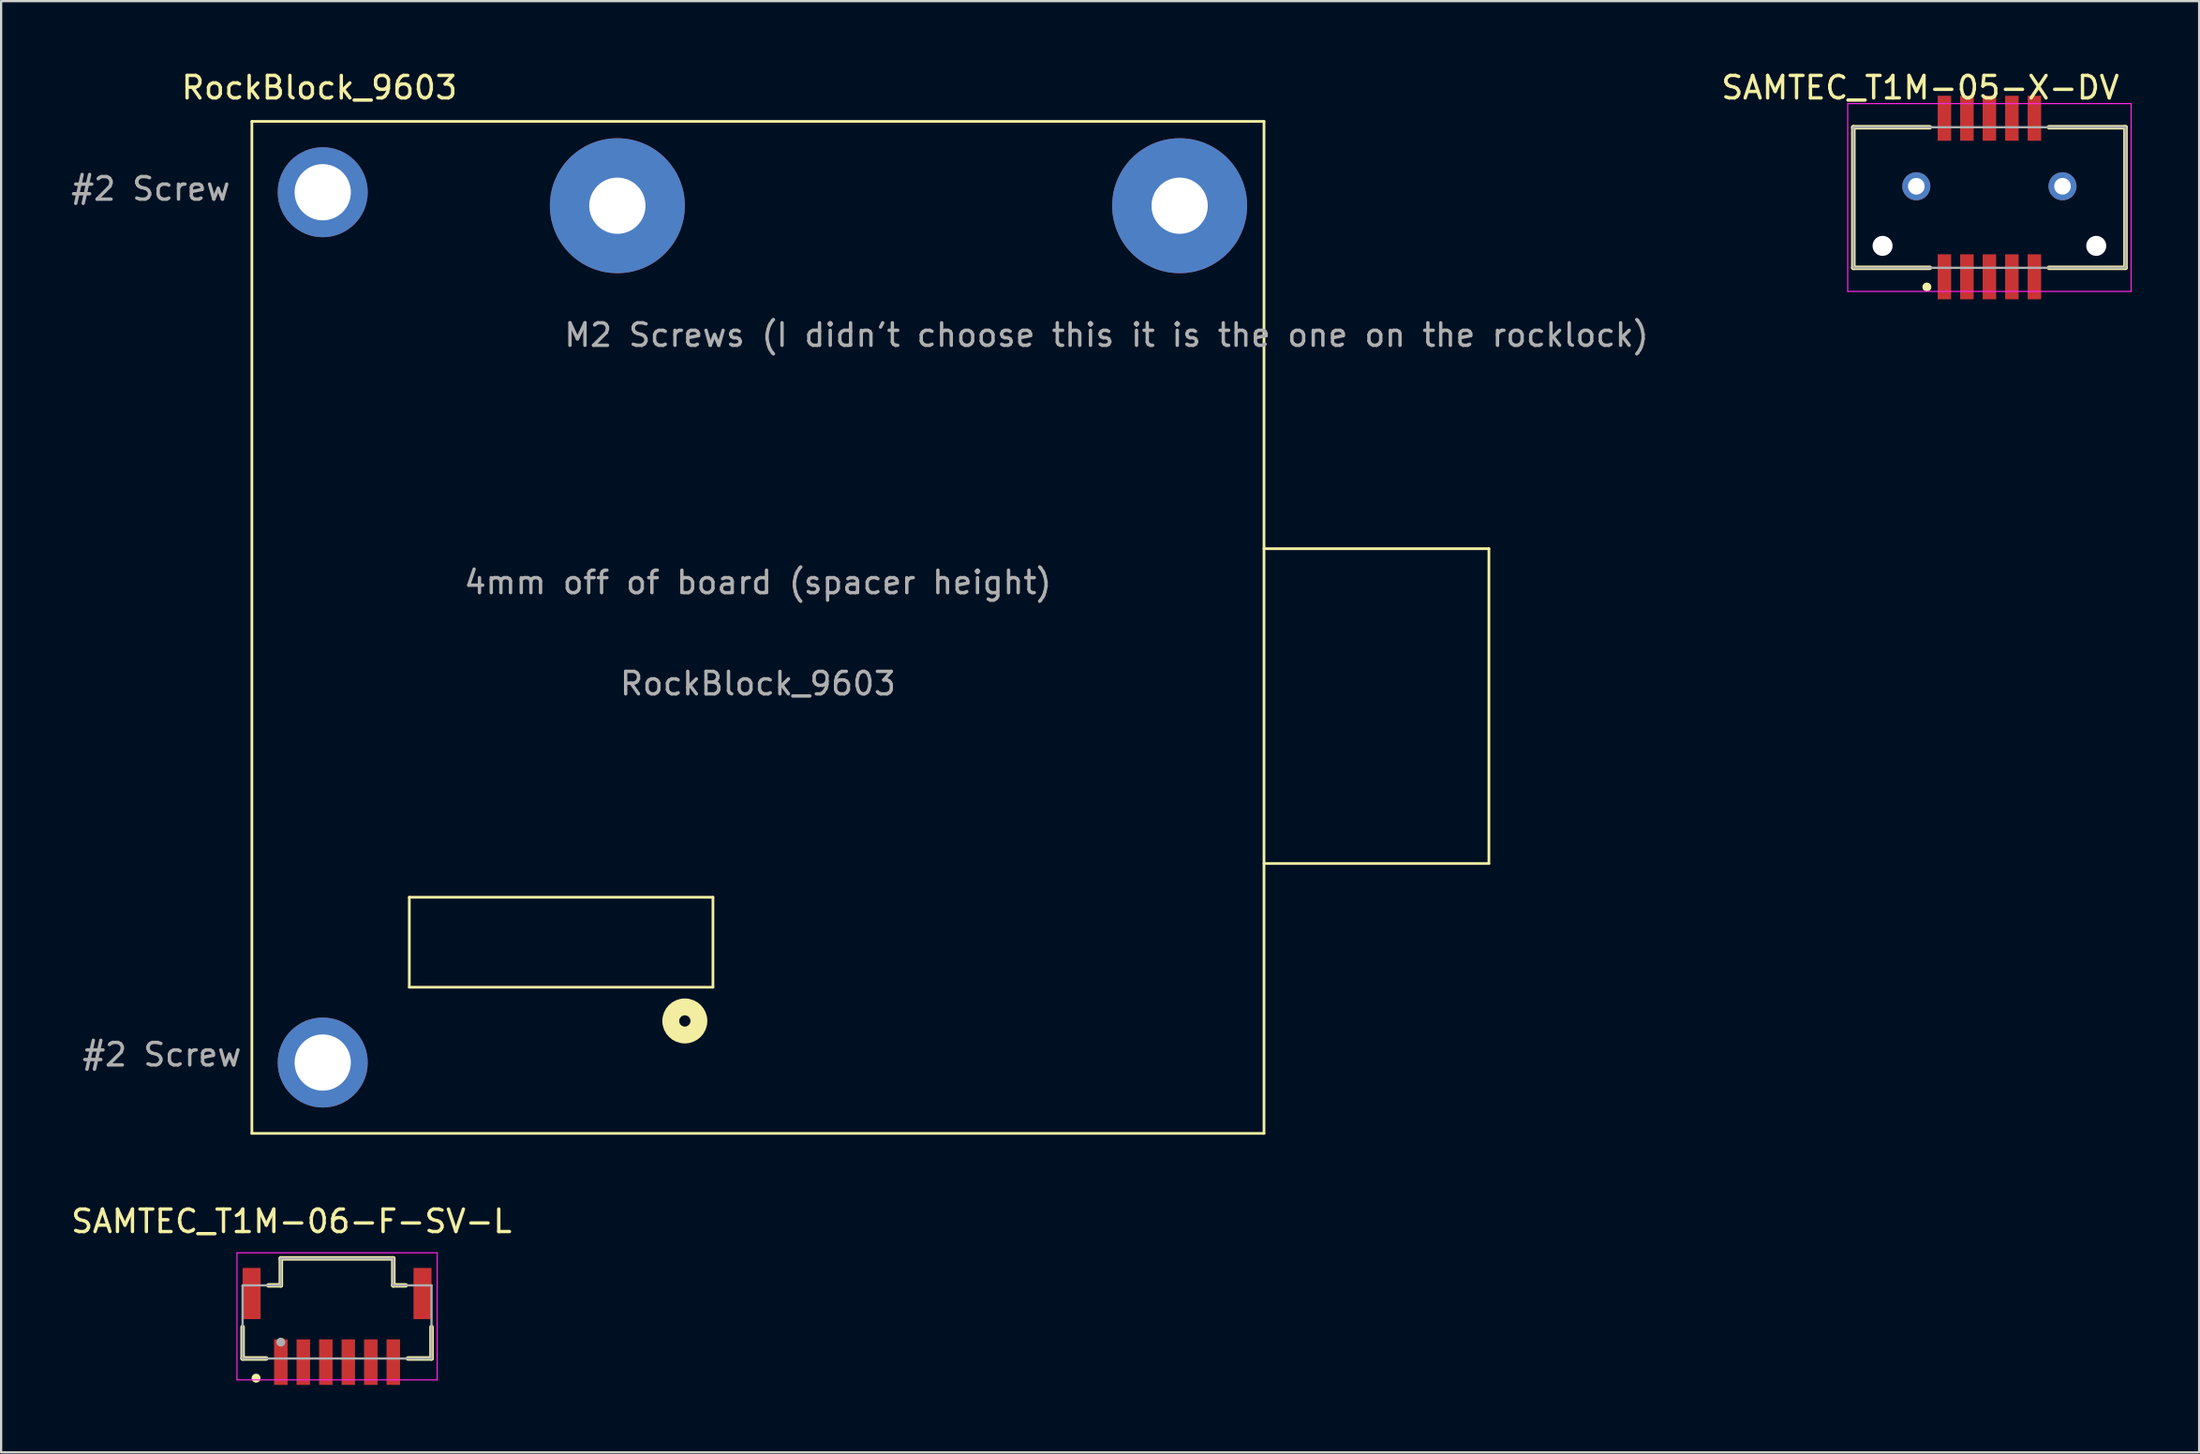
<source format=kicad_pcb>
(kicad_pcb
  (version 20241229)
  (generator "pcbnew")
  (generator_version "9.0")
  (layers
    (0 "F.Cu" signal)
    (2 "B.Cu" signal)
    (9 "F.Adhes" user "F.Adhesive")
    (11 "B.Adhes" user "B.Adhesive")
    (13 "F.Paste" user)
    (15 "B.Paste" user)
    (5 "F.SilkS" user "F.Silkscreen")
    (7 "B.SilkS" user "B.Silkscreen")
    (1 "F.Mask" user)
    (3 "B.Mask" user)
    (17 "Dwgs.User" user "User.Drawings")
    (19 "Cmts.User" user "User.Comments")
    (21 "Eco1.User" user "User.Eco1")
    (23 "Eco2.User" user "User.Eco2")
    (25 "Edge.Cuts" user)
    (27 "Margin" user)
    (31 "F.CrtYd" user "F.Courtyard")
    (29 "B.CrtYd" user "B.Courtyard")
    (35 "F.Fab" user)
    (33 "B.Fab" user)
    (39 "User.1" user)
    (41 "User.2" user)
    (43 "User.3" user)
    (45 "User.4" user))
  (footprint "SAMTEC_T1M-06-F-SV-L"
    (layer "F.Cu")
    (at 11.936 55.132)
    (property "Reference" "SAMTEC_T1M-06-F-SV-L" (at -2.025 -3.875 0) (layer "F.SilkS") (effects (font (size 1 1) (thickness 0.15))))
    (attr through_hole)
    (fp_line (start -4.2 2.225) (end -4.2 0.825) (stroke (width 0.2) (type solid)) (layer "F.SilkS"))
    (fp_line (start -4.2 2.225) (end -3.15 2.225) (stroke (width 0.2) (type solid)) (layer "F.SilkS"))
    (fp_line (start -3.05 -1.025) (end -2.5 -1.025) (stroke (width 0.2) (type solid)) (layer "F.SilkS"))
    (fp_line (start -2.5 -2.225) (end 2.5 -2.225) (stroke (width 0.2) (type solid)) (layer "F.SilkS"))
    (fp_line (start -2.5 -1.025) (end -2.5 -2.225) (stroke (width 0.2) (type solid)) (layer "F.SilkS"))
    (fp_line (start 2.5 -1.025) (end 2.5 -2.225) (stroke (width 0.2) (type solid)) (layer "F.SilkS"))
    (fp_line (start 3.05 -1.025) (end 2.5 -1.025) (stroke (width 0.2) (type solid)) (layer "F.SilkS"))
    (fp_line (start 4.2 2.225) (end 3.15 2.225) (stroke (width 0.2) (type solid)) (layer "F.SilkS"))
    (fp_line (start 4.2 2.225) (end 4.2 0.825) (stroke (width 0.2) (type solid)) (layer "F.SilkS"))
    (fp_circle (center -3.6 3.1) (end -3.5 3.1) (stroke (width 0.2) (type solid)) (fill no) (layer "F.SilkS"))
    (fp_line (start -4.45 -2.475) (end 4.45 -2.475) (stroke (width 0.05) (type solid)) (layer "F.CrtYd"))
    (fp_line (start -4.45 3.175) (end -4.45 -2.475) (stroke (width 0.05) (type solid)) (layer "F.CrtYd"))
    (fp_line (start 4.45 -2.475) (end 4.45 3.175) (stroke (width 0.05) (type solid)) (layer "F.CrtYd"))
    (fp_line (start 4.45 3.175) (end -4.45 3.175) (stroke (width 0.05) (type solid)) (layer "F.CrtYd"))
    (fp_line (start -4.2 -1.025) (end -2.5 -1.025) (stroke (width 0.1) (type solid)) (layer "F.Fab"))
    (fp_line (start -4.2 2.225) (end -4.2 -1.025) (stroke (width 0.1) (type solid)) (layer "F.Fab"))
    (fp_line (start -4.2 2.225) (end 4.2 2.225) (stroke (width 0.1) (type solid)) (layer "F.Fab"))
    (fp_line (start -2.5 -2.225) (end 2.5 -2.225) (stroke (width 0.1) (type solid)) (layer "F.Fab"))
    (fp_line (start -2.5 -1.025) (end -2.5 -2.225) (stroke (width 0.1) (type solid)) (layer "F.Fab"))
    (fp_line (start 2.5 -1.025) (end 2.5 -2.225) (stroke (width 0.1) (type solid)) (layer "F.Fab"))
    (fp_line (start 4.2 -1.025) (end 2.5 -1.025) (stroke (width 0.1) (type solid)) (layer "F.Fab"))
    (fp_line (start 4.2 2.225) (end 4.2 -1.025) (stroke (width 0.1) (type solid)) (layer "F.Fab"))
    (fp_circle (center -2.5 1.498) (end -2.4 1.498) (stroke (width 0.2) (type solid)) (fill no) (layer "F.Fab"))
    (pad "1" smd rect (at -2.5 2.388) (size 0.6 2.025) (layers "F.Cu" "F.Mask" "F.Paste"))
    (pad "2" smd rect (at -1.5 2.388) (size 0.6 2.025) (layers "F.Cu" "F.Mask" "F.Paste"))
    (pad "3" smd rect (at -0.5 2.388) (size 0.6 2.025) (layers "F.Cu" "F.Mask" "F.Paste"))
    (pad "4" smd rect (at 0.5 2.388) (size 0.6 2.025) (layers "F.Cu" "F.Mask" "F.Paste"))
    (pad "5" smd rect (at 1.5 2.388) (size 0.6 2.025) (layers "F.Cu" "F.Mask" "F.Paste"))
    (pad "6" smd rect (at 2.5 2.388) (size 0.6 2.025) (layers "F.Cu" "F.Mask" "F.Paste"))
    (pad "S1" smd rect (at -3.8 -0.662) (size 0.8 2.275) (layers "F.Cu" "F.Mask" "F.Paste"))
    (pad "S2" smd rect (at 3.8 -0.662) (size 0.8 2.275) (layers "F.Cu" "F.Mask" "F.Paste")))
  (footprint "RockBlock_9603"
    (layer "F.Cu")
    (at 30.649 24.848)
    (property "Reference" "RockBlock_9603" (at -19.5 -24 0) (unlocked yes) (layer "F.SilkS") (effects (font (size 1 1) (thickness 0.15))))
    (fp_line (start -22.5 22.5) (end -22.5 -22.5) (stroke (width 0.12) (type solid)) (layer "F.SilkS"))
    (fp_line (start -15.5 12) (end -15.5 16) (stroke (width 0.12) (type solid)) (layer "F.SilkS"))
    (fp_line (start -15.5 16) (end -2 16) (stroke (width 0.12) (type solid)) (layer "F.SilkS"))
    (fp_line (start -2 12) (end -15.5 12) (stroke (width 0.12) (type solid)) (layer "F.SilkS"))
    (fp_line (start -2 16) (end -2 12) (stroke (width 0.12) (type solid)) (layer "F.SilkS"))
    (fp_line (start 22.5 -22.5) (end -22.5 -22.5) (stroke (width 0.12) (type solid)) (layer "F.SilkS"))
    (fp_line (start 22.5 -3.5) (end 32.5 -3.5) (stroke (width 0.12) (type solid)) (layer "F.SilkS"))
    (fp_line (start 22.5 22.5) (end -22.5 22.5) (stroke (width 0.12) (type solid)) (layer "F.SilkS"))
    (fp_line (start 22.5 22.5) (end 22.5 -22.5) (stroke (width 0.12) (type solid)) (layer "F.SilkS"))
    (fp_line (start 32.5 10.5) (end 22.5 10.5) (stroke (width 0.12) (type solid)) (layer "F.SilkS"))
    (fp_line (start 32.5 10.5) (end 32.5 -3.5) (stroke (width 0.12) (type solid)) (layer "F.SilkS"))
    (fp_circle (center -3.25 17.5) (end -3 17.5) (stroke (width 0.75) (type solid)) (fill no) (layer "F.SilkS"))
    (fp_text user "${REFERENCE}" (at 0 2.5 0) (unlocked yes) (layer "F.Fab") (effects (font (size 1 1) (thickness 0.15))))
    (fp_text user "4mm off of board (spacer height)" (at 0 -2 0) (unlocked yes) (layer "F.Fab") (effects (font (size 1 1) (thickness 0.15))))
    (fp_text user "M2 Screws (I didn't choose this it is the one on the rocklock)" (at 15.5 -13 0) (unlocked yes) (layer "F.Fab") (effects (font (size 1 1) (thickness 0.15))))
    (fp_text user "#2 Screw" (at -26.5 19 0) (unlocked yes) (layer "F.Fab") (effects (font (size 1 1) (thickness 0.15))))
    (fp_text user "#2 Screw" (at -27 -19.5 0) (unlocked yes) (layer "F.Fab") (effects (font (size 1 1) (thickness 0.15))))
    (pad "1" thru_hole circle (at -19.35 -19.35) (size 4 4) (drill 2.5) (layers "*.Cu" "*.Mask"))
    (pad "1" thru_hole circle (at -19.35 19.35) (size 4 4) (drill 2.5) (layers "*.Cu" "*.Mask"))
    (pad "1" thru_hole circle (at -6.25 -18.75) (size 6 6) (drill 2.5) (layers "*.Cu" "*.Mask"))
    (pad "1" thru_hole circle (at 18.75 -18.75) (size 6 6) (drill 2.5) (layers "*.Cu" "*.Mask")))
  (footprint "SAMTEC_T1M-05-X-DV"
    (layer "F.Cu")
    (at 85.402 5.733)
    (property "Reference" "SAMTEC_T1M-05-X-DV" (at -3.075 -4.885 0) (layer "F.SilkS") (effects (font (size 1 1) (thickness 0.15))))
    (attr through_hole)
    (fp_line (start -6.05 -3.125) (end -2.65 -3.125) (stroke (width 0.2) (type solid)) (layer "F.SilkS"))
    (fp_line (start -6.05 3.125) (end -6.05 -3.125) (stroke (width 0.2) (type solid)) (layer "F.SilkS"))
    (fp_line (start -6.05 3.125) (end -2.65 3.125) (stroke (width 0.2) (type solid)) (layer "F.SilkS"))
    (fp_line (start 2.65 -3.125) (end 6.05 -3.125) (stroke (width 0.2) (type solid)) (layer "F.SilkS"))
    (fp_line (start 2.65 3.125) (end 6.05 3.125) (stroke (width 0.2) (type solid)) (layer "F.SilkS"))
    (fp_line (start 6.05 -3.125) (end 6.05 3.125) (stroke (width 0.2) (type solid)) (layer "F.SilkS"))
    (fp_circle (center -2.78 3.98) (end -2.68 3.98) (stroke (width 0.2) (type solid)) (fill no) (layer "F.SilkS"))
    (fp_circle (center -3.25 -0.5) (end -2.875 -0.5) (stroke (width 0.75) (type solid)) (fill no) (layer "F.Paste"))
    (fp_circle (center 3.25 -0.5) (end 3.625 -0.5) (stroke (width 0.75) (type solid)) (fill no) (layer "F.Paste"))
    (fp_line (start -6.3 -4.175) (end -6.3 4.175) (stroke (width 0.05) (type solid)) (layer "F.CrtYd"))
    (fp_line (start -6.3 4.175) (end 6.3 4.175) (stroke (width 0.05) (type solid)) (layer "F.CrtYd"))
    (fp_line (start 6.3 -4.175) (end -6.3 -4.175) (stroke (width 0.05) (type solid)) (layer "F.CrtYd"))
    (fp_line (start 6.3 4.175) (end 6.3 -4.175) (stroke (width 0.05) (type solid)) (layer "F.CrtYd"))
    (fp_line (start -6.05 -3.125) (end 6.05 -3.125) (stroke (width 0.1) (type solid)) (layer "F.Fab"))
    (fp_line (start -6.05 3.125) (end -6.05 -3.125) (stroke (width 0.1) (type solid)) (layer "F.Fab"))
    (fp_line (start 6.05 -3.125) (end 6.05 3.125) (stroke (width 0.1) (type solid)) (layer "F.Fab"))
    (fp_line (start 6.05 3.125) (end -6.05 3.125) (stroke (width 0.1) (type solid)) (layer "F.Fab"))
    (pad "" np_thru_hole circle (at -4.75 2.15) (size 0.89 0.89) (drill 0.89) (layers "*.Cu" "*.Mask"))
    (pad "" np_thru_hole circle (at 4.75 2.15) (size 0.89 0.89) (drill 0.89) (layers "*.Cu" "*.Mask"))
    (pad "1" smd rect (at -2 3.525) (size 0.6 2) (layers "F.Cu" "F.Mask" "F.Paste"))
    (pad "2" smd rect (at -2 -3.525) (size 0.6 2) (layers "F.Cu" "F.Mask" "F.Paste"))
    (pad "3" smd rect (at -1 3.525) (size 0.6 2) (layers "F.Cu" "F.Mask" "F.Paste"))
    (pad "4" smd rect (at -1 -3.525) (size 0.6 2) (layers "F.Cu" "F.Mask" "F.Paste"))
    (pad "5" smd rect (at 0 3.525) (size 0.6 2) (layers "F.Cu" "F.Mask" "F.Paste"))
    (pad "6" smd rect (at 0 -3.525) (size 0.6 2) (layers "F.Cu" "F.Mask" "F.Paste"))
    (pad "7" smd rect (at 1 3.525) (size 0.6 2) (layers "F.Cu" "F.Mask" "F.Paste"))
    (pad "8" smd rect (at 1 -3.525) (size 0.6 2) (layers "F.Cu" "F.Mask" "F.Paste"))
    (pad "9" smd rect (at 2 3.525) (size 0.6 2) (layers "F.Cu" "F.Mask" "F.Paste"))
    (pad "10" smd rect (at 2 -3.525) (size 0.6 2) (layers "F.Cu" "F.Mask" "F.Paste"))
    (pad "S1" thru_hole circle (at -3.25 -0.5) (size 1.248 1.248) (drill 0.74) (layers "*.Cu" "*.Mask"))
    (pad "S2" thru_hole circle (at 3.25 -0.5) (size 1.248 1.248) (drill 0.74) (layers "*.Cu" "*.Mask")))
  (gr_rect
    (start -3 -3)
    (end 94.727 61.532)
    (stroke (width 0.1) (type default))
    (fill no)
    (layer "Edge.Cuts")))
</source>
